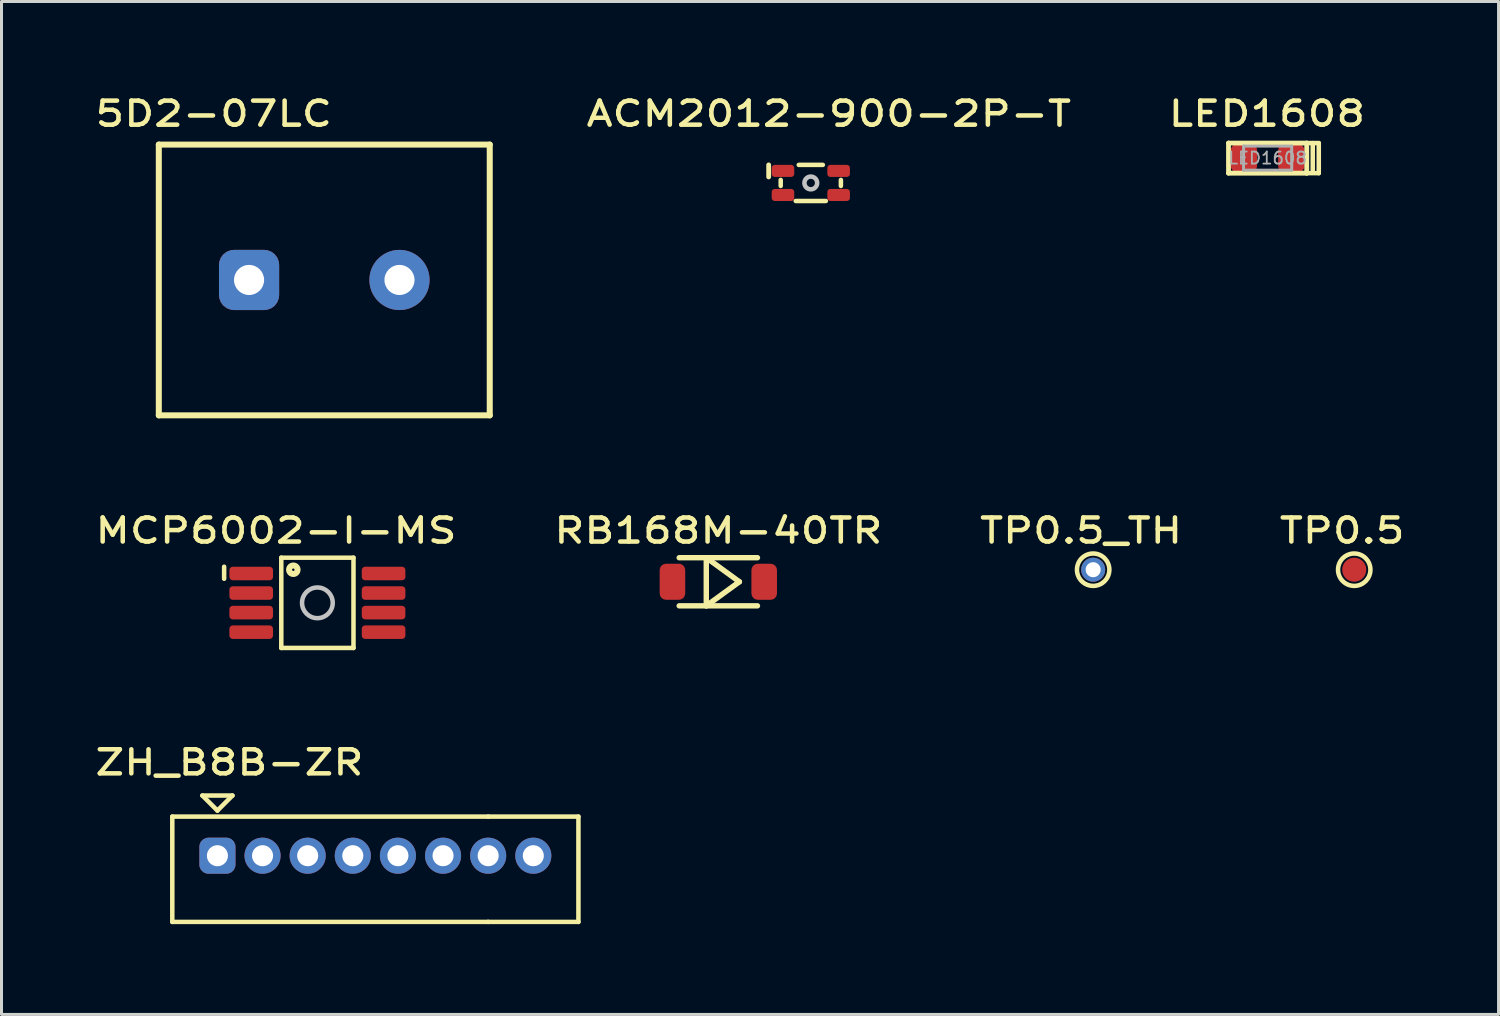
<source format=kicad_pcb>
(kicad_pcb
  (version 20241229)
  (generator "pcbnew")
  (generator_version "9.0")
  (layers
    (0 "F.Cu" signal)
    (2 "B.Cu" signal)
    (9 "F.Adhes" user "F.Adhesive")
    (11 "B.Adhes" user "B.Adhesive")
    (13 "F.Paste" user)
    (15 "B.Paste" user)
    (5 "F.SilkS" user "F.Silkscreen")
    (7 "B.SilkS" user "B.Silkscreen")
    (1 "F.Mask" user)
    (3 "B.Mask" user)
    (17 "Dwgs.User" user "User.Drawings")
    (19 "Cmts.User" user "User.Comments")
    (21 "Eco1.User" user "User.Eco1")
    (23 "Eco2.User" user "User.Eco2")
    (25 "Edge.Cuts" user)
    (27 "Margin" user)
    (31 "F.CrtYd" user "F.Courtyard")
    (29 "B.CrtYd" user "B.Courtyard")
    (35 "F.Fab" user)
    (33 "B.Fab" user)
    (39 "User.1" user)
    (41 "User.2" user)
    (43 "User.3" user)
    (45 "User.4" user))
  (footprint "LED1608"
    (layer "F.Cu")
    (at 39.086 2.206)
    (property "Reference" "LED1608" (at -0.025 -1.475 0) (layer "F.SilkS") (effects (font (size 0.8 1) (thickness 0.15))))
    (attr through_hole)
    (fp_line (start -1.3 -0.5) (end 1.3 -0.5) (stroke (width 0.16) (type solid)) (layer "F.SilkS"))
    (fp_line (start -1.3 0.5) (end -1.3 -0.5) (stroke (width 0.16) (type solid)) (layer "F.SilkS"))
    (fp_line (start 1.3 -0.5) (end 1.7 -0.5) (stroke (width 0.15) (type solid)) (layer "F.SilkS"))
    (fp_line (start 1.3 0.5) (end -1.3 0.5) (stroke (width 0.16) (type solid)) (layer "F.SilkS"))
    (fp_line (start 1.3 0.5) (end 1.3 -0.5) (stroke (width 0.16) (type solid)) (layer "F.SilkS"))
    (fp_line (start 1.5 -0.5) (end 1.5 0.4) (stroke (width 0.15) (type solid)) (layer "F.SilkS"))
    (fp_line (start 1.7 -0.5) (end 1.7 0.5) (stroke (width 0.15) (type solid)) (layer "F.SilkS"))
    (fp_line (start 1.7 0.5) (end 1.3 0.5) (stroke (width 0.15) (type solid)) (layer "F.SilkS"))
    (fp_line (start -0.8 -0.4) (end 0.8 -0.4) (stroke (width 0.1) (type solid)) (layer "F.Fab"))
    (fp_line (start -0.8 0.4) (end -0.8 -0.4) (stroke (width 0.1) (type solid)) (layer "F.Fab"))
    (fp_line (start 0.8 -0.4) (end 0.8 0.4) (stroke (width 0.1) (type solid)) (layer "F.Fab"))
    (fp_line (start 0.8 0.4) (end -0.8 0.4) (stroke (width 0.1) (type solid)) (layer "F.Fab"))
    (fp_text user "${REFERENCE}" (at 0 0 0) (layer "F.Fab") (effects (font (size 0.4 0.4) (thickness 0.06))))
    (pad "1" smd roundrect (at 0.787 0) (size 0.875 0.95) (layers "F.Cu" "F.Mask" "F.Paste") (roundrect_rratio 0.25))
    (pad "2" smd roundrect (at -0.787 0) (size 0.875 0.95) (layers "F.Cu" "F.Mask" "F.Paste") (roundrect_rratio 0.25)))
  (footprint "ZH_B8B-ZR"
    (layer "F.Cu")
    (at 4.177 25.394)
    (property "Reference" "ZH_B8B-ZR" (at 0.4 -3.1 0) (layer "F.SilkS") (effects (font (size 0.8 1) (thickness 0.15))))
    (attr through_hole)
    (fp_line (start -1.5 -1.3) (end -1.5 2.2) (stroke (width 0.15) (type solid)) (layer "F.SilkS"))
    (fp_line (start -1.5 -1.3) (end 9 -1.3) (stroke (width 0.15) (type solid)) (layer "F.SilkS"))
    (fp_line (start -1.5 2.2) (end 9 2.2) (stroke (width 0.15) (type solid)) (layer "F.SilkS"))
    (fp_line (start -0.5 -2) (end 0.5 -2) (stroke (width 0.15) (type solid)) (layer "F.SilkS"))
    (fp_line (start 0 -1.5) (end -0.5 -2) (stroke (width 0.15) (type solid)) (layer "F.SilkS"))
    (fp_line (start 0 -1.5) (end 0.5 -2) (stroke (width 0.15) (type solid)) (layer "F.SilkS"))
    (fp_line (start 12 -1.3) (end 9 -1.3) (stroke (width 0.15) (type solid)) (layer "F.SilkS"))
    (fp_line (start 12 -1.3) (end 12 2.2) (stroke (width 0.15) (type solid)) (layer "F.SilkS"))
    (fp_line (start 12 2.2) (end 9 2.2) (stroke (width 0.15) (type solid)) (layer "F.SilkS"))
    (pad "1" thru_hole roundrect (at 0 0) (size 1.2 1.2) (drill 0.7) (layers "*.Cu" "*.Mask") (roundrect_rratio 0.25))
    (pad "2" thru_hole circle (at 1.5 0) (size 1.2 1.2) (drill 0.7) (layers "*.Cu" "*.Mask"))
    (pad "3" thru_hole circle (at 3 0) (size 1.2 1.2) (drill 0.7) (layers "*.Cu" "*.Mask"))
    (pad "4" thru_hole circle (at 4.5 0) (size 1.2 1.2) (drill 0.7) (layers "*.Cu" "*.Mask"))
    (pad "5" thru_hole circle (at 6 0) (size 1.2 1.2) (drill 0.7) (layers "*.Cu" "*.Mask"))
    (pad "6" thru_hole circle (at 7.5 0) (size 1.2 1.2) (drill 0.7) (layers "*.Cu" "*.Mask"))
    (pad "7" thru_hole circle (at 9 0) (size 1.2 1.2) (drill 0.7) (layers "*.Cu" "*.Mask"))
    (pad "8" thru_hole circle (at 10.5 0) (size 1.2 1.2) (drill 0.7) (layers "*.Cu" "*.Mask")))
  (footprint "RB168M-40TR"
    (layer "F.Cu")
    (at 20.827 16.288)
    (property "Reference" "RB168M-40TR" (at 0 -1.7 0) (layer "F.SilkS") (effects (font (size 0.8 1) (thickness 0.15))))
    (attr through_hole)
    (fp_line (start -1.3 -0.8) (end 1.3 -0.8) (stroke (width 0.18) (type solid)) (layer "F.SilkS"))
    (fp_line (start -1.3 0.8) (end 1.3 0.8) (stroke (width 0.18) (type solid)) (layer "F.SilkS"))
    (fp_line (start -0.4 -0.8) (end -0.4 0.8) (stroke (width 0.18) (type solid)) (layer "F.SilkS"))
    (fp_line (start -0.4 0.8) (end 0.7 0) (stroke (width 0.18) (type solid)) (layer "F.SilkS"))
    (fp_line (start 0.7 0) (end -0.4 -0.8) (stroke (width 0.18) (type solid)) (layer "F.SilkS"))
    (pad "A" smd roundrect (at -1.525 0 90) (size 1.2 0.85) (layers "F.Cu" "F.Mask" "F.Paste") (roundrect_rratio 0.25))
    (pad "K" smd roundrect (at 1.525 0 270) (size 1.2 0.85) (layers "F.Cu" "F.Mask" "F.Paste") (roundrect_rratio 0.25)))
  (footprint "MCP6002-I-MS"
    (layer "F.Cu")
    (at 7.5 16.988)
    (property "Reference" "MCP6002-I-MS" (at -1.375 -2.4 0) (layer "F.SilkS") (effects (font (size 0.8 1) (thickness 0.15))))
    (attr through_hole)
    (fp_line (start -3.1 -1.2) (end -3.1 -0.8) (stroke (width 0.15) (type solid)) (layer "F.SilkS"))
    (fp_line (start -1.2 -1.5) (end 1.2 -1.5) (stroke (width 0.15) (type solid)) (layer "F.SilkS"))
    (fp_line (start -1.2 1.5) (end -1.2 -1.5) (stroke (width 0.15) (type solid)) (layer "F.SilkS"))
    (fp_line (start 1.2 -1.5) (end 1.2 1.5) (stroke (width 0.15) (type solid)) (layer "F.SilkS"))
    (fp_line (start 1.2 1.5) (end -1.2 1.5) (stroke (width 0.15) (type solid)) (layer "F.SilkS"))
    (fp_circle (center -0.8 -1.1) (end -0.8 -0.959) (stroke (width 0.2) (type solid)) (fill no) (layer "F.SilkS"))
    (fp_circle (center 0 0) (end 0 0.51) (stroke (width 0.15) (type solid)) (fill no) (layer "Dwgs.User"))
    (pad "1" smd roundrect (at -2.2 -0.975 270) (size 0.45 1.45) (layers "F.Cu" "F.Mask" "F.Paste") (roundrect_rratio 0.25))
    (pad "2" smd roundrect (at -2.2 -0.325 270) (size 0.45 1.45) (layers "F.Cu" "F.Mask" "F.Paste") (roundrect_rratio 0.25))
    (pad "3" smd roundrect (at -2.2 0.325 270) (size 0.45 1.45) (layers "F.Cu" "F.Mask" "F.Paste") (roundrect_rratio 0.25))
    (pad "4" smd roundrect (at -2.2 0.975 270) (size 0.45 1.45) (layers "F.Cu" "F.Mask" "F.Paste") (roundrect_rratio 0.25))
    (pad "5" smd roundrect (at 2.2 0.975 270) (size 0.45 1.45) (layers "F.Cu" "F.Mask" "F.Paste") (roundrect_rratio 0.25))
    (pad "6" smd roundrect (at 2.2 0.325 270) (size 0.45 1.45) (layers "F.Cu" "F.Mask" "F.Paste") (roundrect_rratio 0.25))
    (pad "7" smd roundrect (at 2.2 -0.325 270) (size 0.45 1.45) (layers "F.Cu" "F.Mask" "F.Paste") (roundrect_rratio 0.25))
    (pad "8" smd roundrect (at 2.2 -0.975 270) (size 0.45 1.45) (layers "F.Cu" "F.Mask" "F.Paste") (roundrect_rratio 0.25)))
  (footprint "TP0.5"
    (layer "F.Cu")
    (at 41.965 15.887)
    (property "Reference" "TP0.5" (at -0.4 -1.3 0) (layer "F.SilkS") (effects (font (size 0.8 1) (thickness 0.15))))
    (attr through_hole)
    (fp_circle (center 0 0) (end 0.5 0.2) (stroke (width 0.15) (type solid)) (fill no) (layer "F.SilkS"))
    (pad "1" smd circle (at 0 0) (size 0.8 0.8) (layers "F.Cu" "F.Mask" "F.Paste")))
  (footprint "TP0.5_TH"
    (layer "F.Cu")
    (at 33.287 15.887)
    (property "Reference" "TP0.5_TH" (at -0.4 -1.3 0) (layer "F.SilkS") (effects (font (size 0.8 1) (thickness 0.15))))
    (attr through_hole)
    (fp_circle (center 0 0) (end 0.5 0.2) (stroke (width 0.15) (type solid)) (fill no) (layer "F.SilkS"))
    (pad "1" thru_hole circle (at 0 0) (size 0.8 0.8) (drill 0.5) (layers "*.Cu" "*.Mask")))
  (footprint "5D2-07LC"
    (layer "F.Cu")
    (at 7.729 6.256)
    (property "Reference" "5D2-07LC" (at -3.675 -5.525 0) (layer "F.SilkS") (effects (font (size 0.8 1) (thickness 0.15))))
    (attr through_hole)
    (fp_line (start -5.5 -4.5) (end 5.5 -4.5) (stroke (width 0.2) (type solid)) (layer "F.SilkS"))
    (fp_line (start -5.5 4.5) (end -5.5 -4.5) (stroke (width 0.2) (type solid)) (layer "F.SilkS"))
    (fp_line (start 5.5 -4.5) (end 5.5 4.5) (stroke (width 0.2) (type solid)) (layer "F.SilkS"))
    (fp_line (start 5.5 4.5) (end -5.5 4.5) (stroke (width 0.2) (type solid)) (layer "F.SilkS"))
    (fp_circle (center 0 0) (end 0.721 0) (stroke (width 0.15) (type solid)) (fill no) (layer "Eco1.User"))
    (pad "1" thru_hole roundrect (at -2.5 0) (size 2 2) (drill 1) (layers "*.Cu" "*.Mask") (roundrect_rratio 0.25))
    (pad "2" thru_hole circle (at 2.5 0) (size 2 2) (drill 1) (layers "*.Cu" "*.Mask")))
  (footprint "ACM2012-900-2P-T"
    (layer "F.Cu")
    (at 23.901 3.031)
    (property "Reference" "ACM2012-900-2P-T" (at 0.6 -2.3 0) (layer "F.SilkS") (effects (font (size 0.8 1) (thickness 0.15))))
    (attr through_hole)
    (fp_line (start -1.4 -0.6) (end -1.4 -0.2) (stroke (width 0.16) (type solid)) (layer "F.SilkS"))
    (fp_line (start -1 -0.1) (end -1 0.1) (stroke (width 0.15) (type solid)) (layer "F.SilkS"))
    (fp_line (start -0.5 0.6) (end 0.5 0.6) (stroke (width 0.15) (type solid)) (layer "F.SilkS"))
    (fp_line (start -0.4 -0.6) (end 0.4 -0.6) (stroke (width 0.15) (type solid)) (layer "F.SilkS"))
    (fp_line (start 1 -0.1) (end 1 0.1) (stroke (width 0.15) (type solid)) (layer "F.SilkS"))
    (fp_circle (center 0 0) (end 0 0.212) (stroke (width 0.15) (type solid)) (fill no) (layer "Dwgs.User"))
    (pad "1" smd roundrect (at -0.925 -0.4 270) (size 0.4 0.75) (layers "F.Cu" "F.Mask" "F.Paste") (roundrect_rratio 0.25))
    (pad "2" smd roundrect (at 0.925 -0.4 270) (size 0.4 0.75) (layers "F.Cu" "F.Mask" "F.Paste") (roundrect_rratio 0.25))
    (pad "3" smd roundrect (at -0.925 0.4 270) (size 0.4 0.75) (layers "F.Cu" "F.Mask" "F.Paste") (roundrect_rratio 0.25))
    (pad "4" smd roundrect (at 0.925 0.4 270) (size 0.4 0.75) (layers "F.Cu" "F.Mask" "F.Paste") (roundrect_rratio 0.25)))
  (gr_rect
    (start -3 -3)
    (end 46.762 30.669)
    (stroke (width 0.1) (type default))
    (fill no)
    (layer "Edge.Cuts")))
</source>
